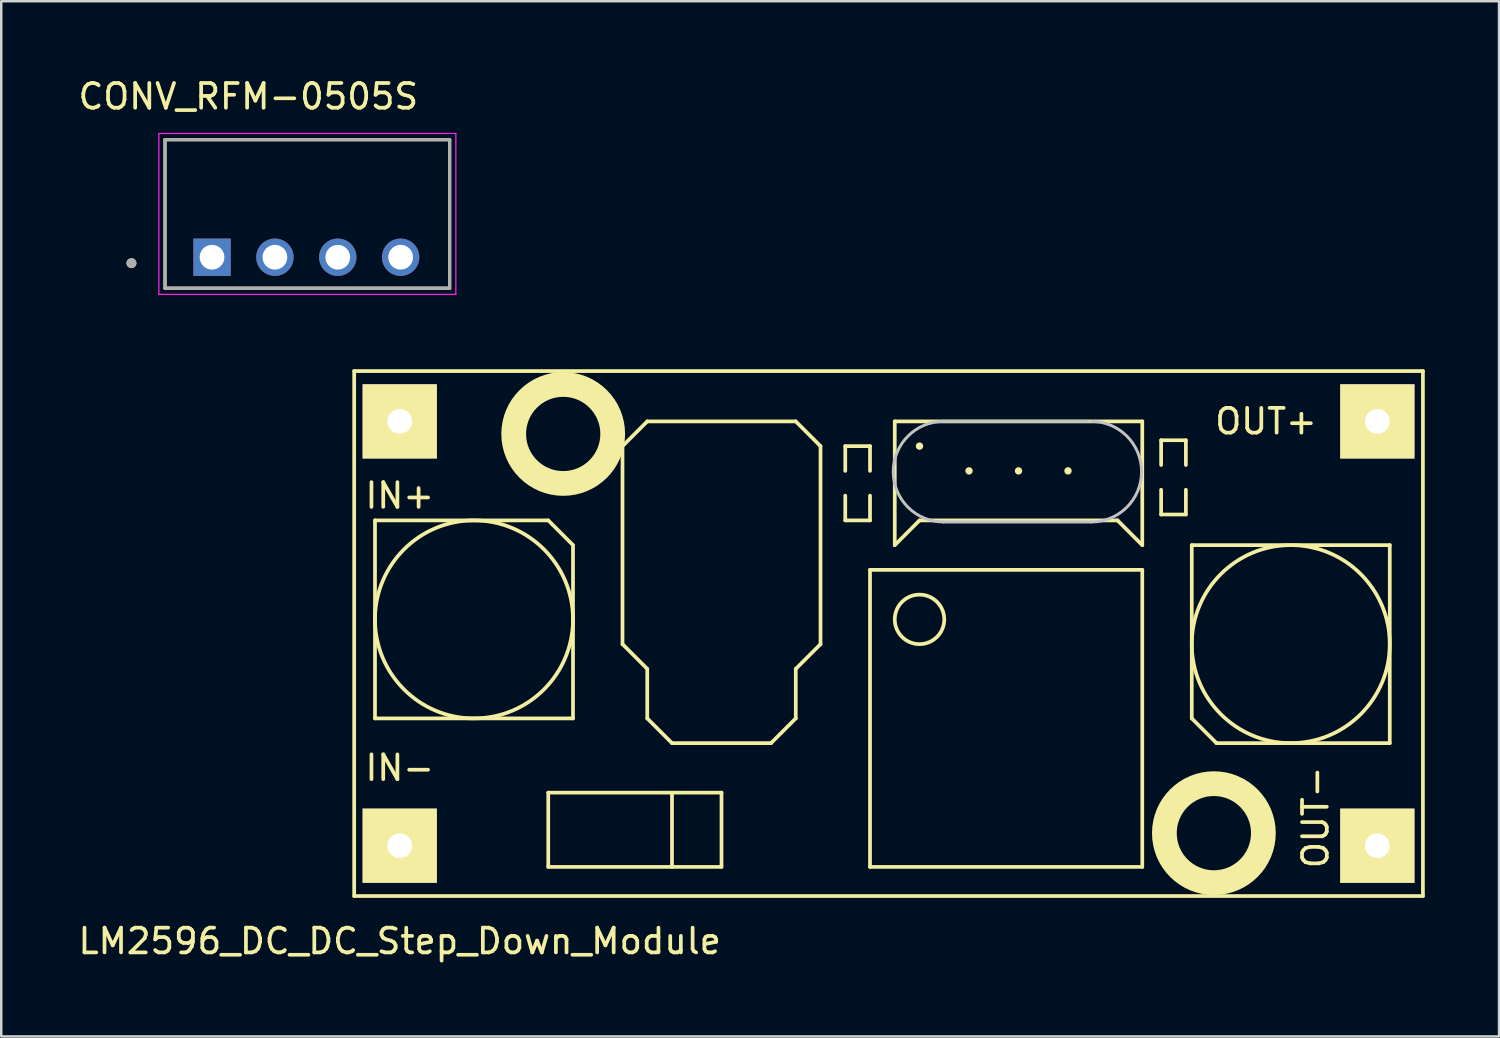
<source format=kicad_pcb>
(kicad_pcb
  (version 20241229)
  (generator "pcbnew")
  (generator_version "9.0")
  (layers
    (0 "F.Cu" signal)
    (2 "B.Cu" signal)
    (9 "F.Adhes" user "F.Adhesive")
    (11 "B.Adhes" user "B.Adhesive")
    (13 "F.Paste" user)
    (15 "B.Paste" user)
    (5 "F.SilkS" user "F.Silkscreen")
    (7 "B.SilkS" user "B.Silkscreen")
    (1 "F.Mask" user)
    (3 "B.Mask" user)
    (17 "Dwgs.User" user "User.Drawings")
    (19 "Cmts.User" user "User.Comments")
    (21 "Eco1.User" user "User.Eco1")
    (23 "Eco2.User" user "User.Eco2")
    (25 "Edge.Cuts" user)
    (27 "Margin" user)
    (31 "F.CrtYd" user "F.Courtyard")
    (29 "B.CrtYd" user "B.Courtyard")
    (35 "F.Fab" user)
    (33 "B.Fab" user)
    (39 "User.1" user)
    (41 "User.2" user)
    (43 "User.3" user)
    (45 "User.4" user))
  (footprint "CONV_RFM-0505S"
    (layer "F.Cu")
    (at 9.367 5.593)
    (property "Reference" "CONV_RFM-0505S" (at -2.385 -4.745 0) (layer "F.SilkS") (effects (font (size 1 1) (thickness 0.15))))
    (attr through_hole)
    (fp_line (start -5.75 -3) (end -5.75 3) (stroke (width 0.127) (type solid)) (layer "F.SilkS"))
    (fp_line (start -5.75 3) (end 5.75 3) (stroke (width 0.127) (type solid)) (layer "F.SilkS"))
    (fp_line (start 5.75 -3) (end -5.75 -3) (stroke (width 0.127) (type solid)) (layer "F.SilkS"))
    (fp_line (start 5.75 3) (end 5.75 -3) (stroke (width 0.127) (type solid)) (layer "F.SilkS"))
    (fp_circle (center -7.11 1.99) (end -7.01 1.99) (stroke (width 0.2) (type solid)) (fill no) (layer "F.SilkS"))
    (fp_line (start -6 -3.25) (end -6 3.25) (stroke (width 0.05) (type solid)) (layer "F.CrtYd"))
    (fp_line (start -6 3.25) (end 6 3.25) (stroke (width 0.05) (type solid)) (layer "F.CrtYd"))
    (fp_line (start 6 -3.25) (end -6 -3.25) (stroke (width 0.05) (type solid)) (layer "F.CrtYd"))
    (fp_line (start 6 3.25) (end 6 -3.25) (stroke (width 0.05) (type solid)) (layer "F.CrtYd"))
    (fp_line (start -5.75 -3) (end -5.75 3) (stroke (width 0.127) (type solid)) (layer "F.Fab"))
    (fp_line (start -5.75 3) (end 5.75 3) (stroke (width 0.127) (type solid)) (layer "F.Fab"))
    (fp_line (start 5.75 -3) (end -5.75 -3) (stroke (width 0.127) (type solid)) (layer "F.Fab"))
    (fp_line (start 5.75 3) (end 5.75 -3) (stroke (width 0.127) (type solid)) (layer "F.Fab"))
    (fp_circle (center -7.1 1.99) (end -7 1.99) (stroke (width 0.2) (type solid)) (fill no) (layer "F.Fab"))
    (pad "1" thru_hole rect (at -3.85 1.75) (size 1.508 1.508) (drill 1) (layers "*.Cu" "*.Mask"))
    (pad "2" thru_hole circle (at -1.31 1.75) (size 1.508 1.508) (drill 1) (layers "*.Cu" "*.Mask"))
    (pad "3" thru_hole circle (at 1.23 1.75) (size 1.508 1.508) (drill 1) (layers "*.Cu" "*.Mask"))
    (pad "4" thru_hole circle (at 3.77 1.75) (size 1.508 1.508) (drill 1) (layers "*.Cu" "*.Mask")))
  (footprint "LM2596_DC_DC_Step_Down_Module"
    (layer "F.Cu")
    (at 13.101 13.975)
    (property "Reference" "LM2596_DC_DC_Step_Down_Module" (at 0 21 0) (layer "F.SilkS") (effects (font (size 1 1) (thickness 0.15))))
    (attr through_hole)
    (fp_line (start -1.841 -2.032) (end -1.841 19.177) (stroke (width 0.15) (type solid)) (layer "F.SilkS"))
    (fp_line (start -1.841 -2.032) (end 41.339 -2.032) (stroke (width 0.15) (type solid)) (layer "F.SilkS"))
    (fp_line (start -1.841 19.177) (end 41.339 19.177) (stroke (width 0.15) (type solid)) (layer "F.SilkS"))
    (fp_line (start -1 4) (end -1 12) (stroke (width 0.15) (type solid)) (layer "F.SilkS"))
    (fp_line (start -1 12) (end 7 12) (stroke (width 0.15) (type solid)) (layer "F.SilkS"))
    (fp_line (start 6 4) (end -1 4) (stroke (width 0.15) (type solid)) (layer "F.SilkS"))
    (fp_line (start 6 4) (end 7 5) (stroke (width 0.15) (type solid)) (layer "F.SilkS"))
    (fp_line (start 6 15) (end 6 18) (stroke (width 0.15) (type solid)) (layer "F.SilkS"))
    (fp_line (start 6 18) (end 13 18) (stroke (width 0.15) (type solid)) (layer "F.SilkS"))
    (fp_line (start 7 12) (end 7 5) (stroke (width 0.15) (type solid)) (layer "F.SilkS"))
    (fp_line (start 9 1) (end 9 9) (stroke (width 0.15) (type solid)) (layer "F.SilkS"))
    (fp_line (start 9 9) (end 10 10) (stroke (width 0.15) (type solid)) (layer "F.SilkS"))
    (fp_line (start 10 0) (end 9 1) (stroke (width 0.15) (type solid)) (layer "F.SilkS"))
    (fp_line (start 10 10) (end 10 12) (stroke (width 0.15) (type solid)) (layer "F.SilkS"))
    (fp_line (start 11 13) (end 10 12) (stroke (width 0.15) (type solid)) (layer "F.SilkS"))
    (fp_line (start 11 13) (end 15 13) (stroke (width 0.15) (type solid)) (layer "F.SilkS"))
    (fp_line (start 11 15) (end 11 18) (stroke (width 0.15) (type solid)) (layer "F.SilkS"))
    (fp_line (start 13 15) (end 6 15) (stroke (width 0.15) (type solid)) (layer "F.SilkS"))
    (fp_line (start 13 18) (end 13 15) (stroke (width 0.15) (type solid)) (layer "F.SilkS"))
    (fp_line (start 15 13) (end 16 12) (stroke (width 0.15) (type solid)) (layer "F.SilkS"))
    (fp_line (start 16 0) (end 10 0) (stroke (width 0.15) (type solid)) (layer "F.SilkS"))
    (fp_line (start 16 10) (end 17 9) (stroke (width 0.15) (type solid)) (layer "F.SilkS"))
    (fp_line (start 16 12) (end 16 10) (stroke (width 0.15) (type solid)) (layer "F.SilkS"))
    (fp_line (start 17 1) (end 16 0) (stroke (width 0.15) (type solid)) (layer "F.SilkS"))
    (fp_line (start 17 9) (end 17 1) (stroke (width 0.15) (type solid)) (layer "F.SilkS"))
    (fp_line (start 18 1) (end 19 1) (stroke (width 0.15) (type solid)) (layer "F.SilkS"))
    (fp_line (start 18 2) (end 18 1) (stroke (width 0.15) (type solid)) (layer "F.SilkS"))
    (fp_line (start 18 4) (end 18 3) (stroke (width 0.15) (type solid)) (layer "F.SilkS"))
    (fp_line (start 19 1) (end 19 2) (stroke (width 0.15) (type solid)) (layer "F.SilkS"))
    (fp_line (start 19 3) (end 19 4) (stroke (width 0.15) (type solid)) (layer "F.SilkS"))
    (fp_line (start 19 4) (end 18 4) (stroke (width 0.15) (type solid)) (layer "F.SilkS"))
    (fp_line (start 19 6) (end 30 6) (stroke (width 0.15) (type solid)) (layer "F.SilkS"))
    (fp_line (start 19 18) (end 19 6) (stroke (width 0.15) (type solid)) (layer "F.SilkS"))
    (fp_line (start 20 0) (end 30 0) (stroke (width 0.15) (type solid)) (layer "F.SilkS"))
    (fp_line (start 20 5) (end 20 0) (stroke (width 0.15) (type solid)) (layer "F.SilkS"))
    (fp_line (start 21 4) (end 20 5) (stroke (width 0.15) (type solid)) (layer "F.SilkS"))
    (fp_line (start 29 4) (end 21 4) (stroke (width 0.15) (type solid)) (layer "F.SilkS"))
    (fp_line (start 30 0) (end 30 5) (stroke (width 0.15) (type solid)) (layer "F.SilkS"))
    (fp_line (start 30 5) (end 29 4) (stroke (width 0.15) (type solid)) (layer "F.SilkS"))
    (fp_line (start 30 6) (end 30 18) (stroke (width 0.15) (type solid)) (layer "F.SilkS"))
    (fp_line (start 30 18) (end 19 18) (stroke (width 0.15) (type solid)) (layer "F.SilkS"))
    (fp_line (start 30.762 0.762) (end 31.762 0.762) (stroke (width 0.15) (type solid)) (layer "F.SilkS"))
    (fp_line (start 30.762 1.762) (end 30.762 0.762) (stroke (width 0.15) (type solid)) (layer "F.SilkS"))
    (fp_line (start 30.762 3.762) (end 30.762 2.762) (stroke (width 0.15) (type solid)) (layer "F.SilkS"))
    (fp_line (start 31.762 0.762) (end 31.762 1.762) (stroke (width 0.15) (type solid)) (layer "F.SilkS"))
    (fp_line (start 31.762 2.762) (end 31.762 3.762) (stroke (width 0.15) (type solid)) (layer "F.SilkS"))
    (fp_line (start 31.762 3.762) (end 30.762 3.762) (stroke (width 0.15) (type solid)) (layer "F.SilkS"))
    (fp_line (start 32 5) (end 32 12) (stroke (width 0.15) (type solid)) (layer "F.SilkS"))
    (fp_line (start 32 12) (end 33 13) (stroke (width 0.15) (type solid)) (layer "F.SilkS"))
    (fp_line (start 33 13) (end 40 13) (stroke (width 0.15) (type solid)) (layer "F.SilkS"))
    (fp_line (start 40 5) (end 32 5) (stroke (width 0.15) (type solid)) (layer "F.SilkS"))
    (fp_line (start 40 13) (end 40 5) (stroke (width 0.15) (type solid)) (layer "F.SilkS"))
    (fp_line (start 41.339 -2.032) (end 41.339 19.177) (stroke (width 0.15) (type solid)) (layer "F.SilkS"))
    (fp_circle (center 3 8) (end 7 8) (stroke (width 0.15) (type solid)) (fill no) (layer "F.SilkS"))
    (fp_circle (center 6.604 0.508) (end 8.604 0.508) (stroke (width 1) (type solid)) (fill no) (layer "F.SilkS"))
    (fp_circle (center 21 1) (end 21 1) (stroke (width 0.15) (type solid)) (fill no) (layer "F.SilkS"))
    (fp_circle (center 21 8) (end 22 8) (stroke (width 0.15) (type solid)) (fill no) (layer "F.SilkS"))
    (fp_circle (center 23 2) (end 23 2) (stroke (width 0.15) (type solid)) (fill no) (layer "F.SilkS"))
    (fp_circle (center 25 2) (end 25 2) (stroke (width 0.15) (type solid)) (fill no) (layer "F.SilkS"))
    (fp_circle (center 27 2) (end 27 2) (stroke (width 0.15) (type solid)) (fill no) (layer "F.SilkS"))
    (fp_circle (center 32.893 16.637) (end 34.893 16.637) (stroke (width 1) (type solid)) (fill no) (layer "F.SilkS"))
    (fp_circle (center 36 9) (end 32 9) (stroke (width 0.15) (type solid)) (fill no) (layer "F.SilkS"))
    (fp_line (start 21.971 0) (end 27.813 0) (stroke (width 0.12) (type solid)) (layer "Dwgs.User"))
    (fp_line (start 21.971 4.064) (end 27.94 4.064) (stroke (width 0.12) (type solid)) (layer "Dwgs.User"))
    (fp_arc (start 21.971 4.064) (mid 19.939 2.032) (end 21.971 0) (stroke (width 0.12) (type solid)) (layer "Dwgs.User"))
    (fp_arc (start 27.94 0) (mid 29.972 2.032) (end 27.94 4.064) (stroke (width 0.12) (type solid)) (layer "Dwgs.User"))
    (fp_text user "OUT-" (at 37 16 270) (layer "F.SilkS") (effects (font (size 1 1) (thickness 0.15))))
    (fp_text user "IN+" (at 0 3 0) (layer "F.SilkS") (effects (font (size 1 1) (thickness 0.15))))
    (fp_text user "OUT+" (at 35 0 0) (layer "F.SilkS") (effects (font (size 1 1) (thickness 0.15))))
    (fp_text user "IN-" (at 0 14 0) (layer "F.SilkS") (effects (font (size 1 1) (thickness 0.15))))
    (pad "1" thru_hole rect (at 0 0) (size 3 3) (drill 1) (layers "*.Cu" "*.Mask" "F.SilkS"))
    (pad "2" thru_hole rect (at 39.497 0) (size 3 3) (drill 1) (layers "*.Cu" "*.Mask" "F.SilkS"))
    (pad "3" thru_hole rect (at 0 17.145) (size 3 3) (drill 1) (layers "*.Cu" "*.Mask" "F.SilkS"))
    (pad "4" thru_hole rect (at 39.497 17.145) (size 3 3) (drill 1) (layers "*.Cu" "*.Mask" "F.SilkS")))
  (gr_rect
    (start -3 -3)
    (end 57.515 38.824)
    (stroke (width 0.1) (type default))
    (fill no)
    (layer "Edge.Cuts")))
</source>
